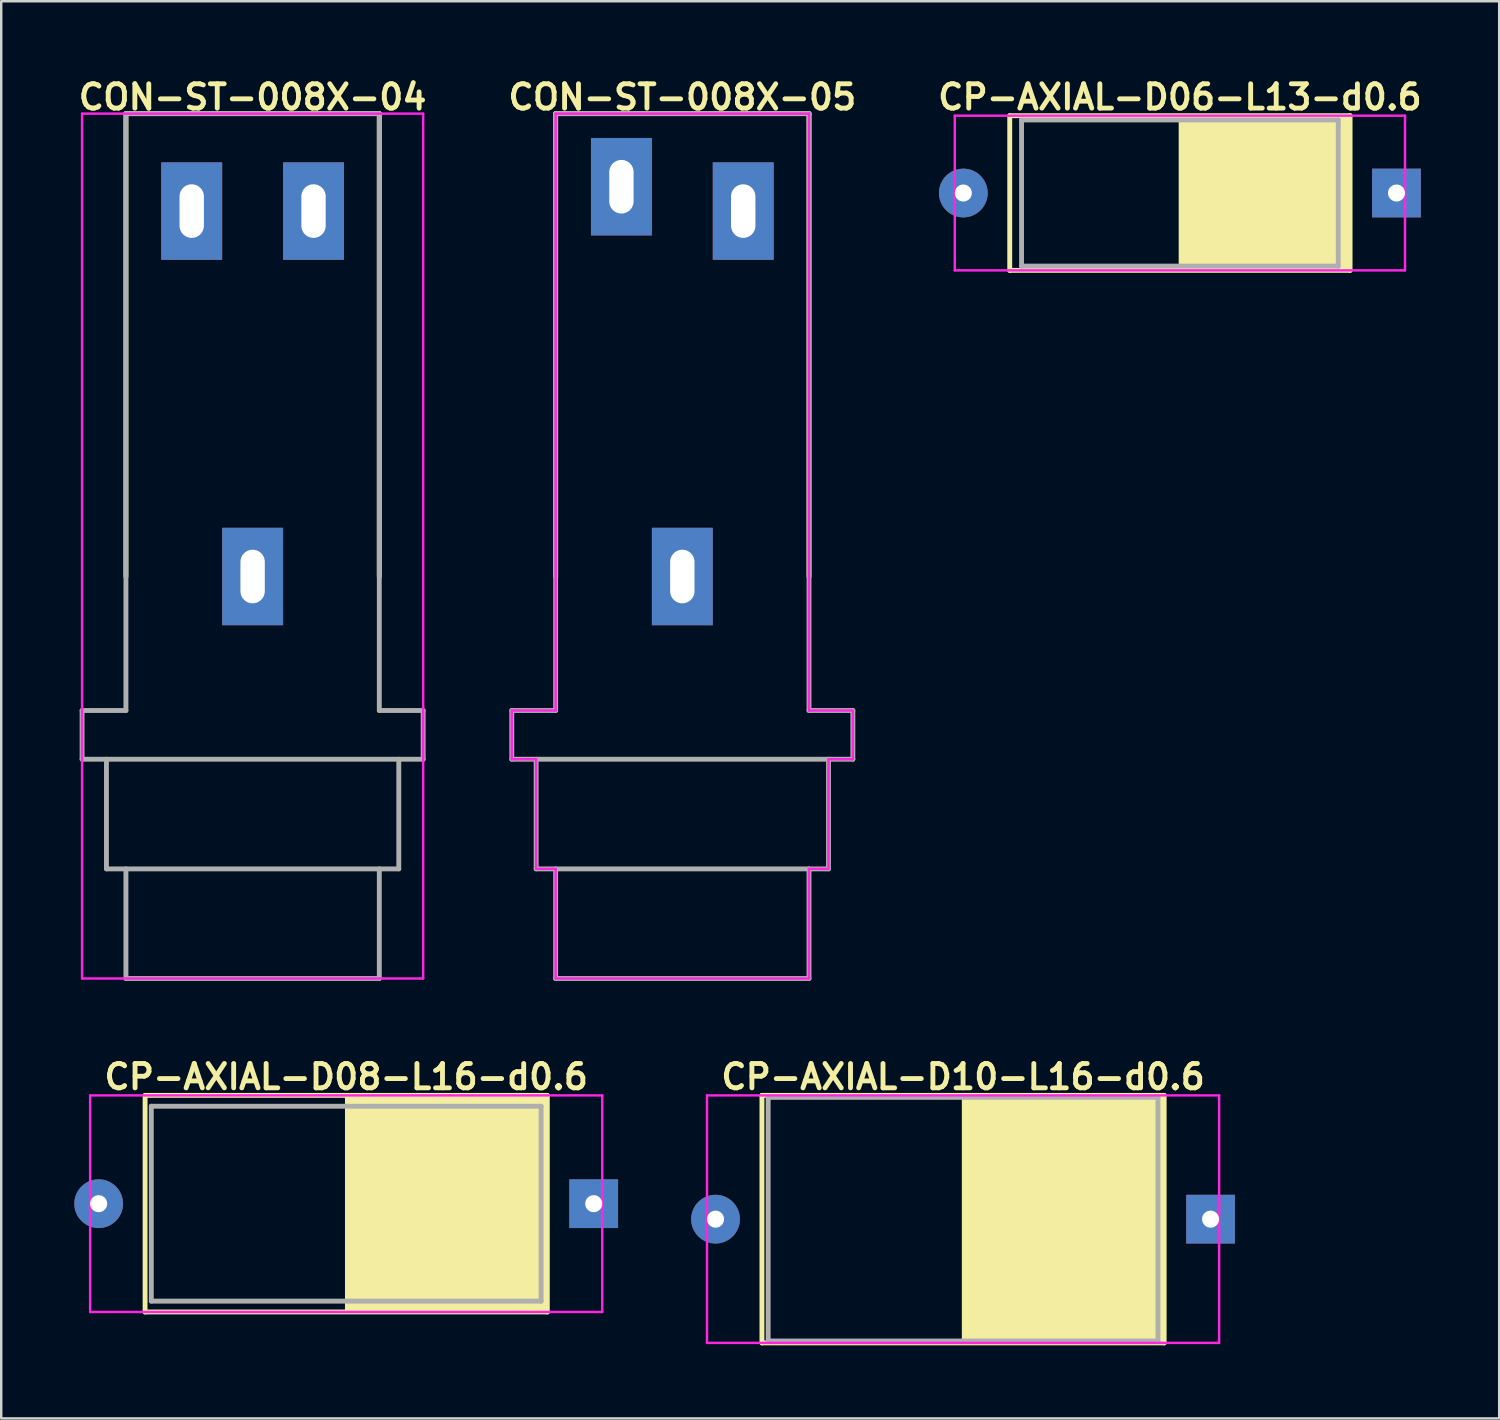
<source format=kicad_pcb>
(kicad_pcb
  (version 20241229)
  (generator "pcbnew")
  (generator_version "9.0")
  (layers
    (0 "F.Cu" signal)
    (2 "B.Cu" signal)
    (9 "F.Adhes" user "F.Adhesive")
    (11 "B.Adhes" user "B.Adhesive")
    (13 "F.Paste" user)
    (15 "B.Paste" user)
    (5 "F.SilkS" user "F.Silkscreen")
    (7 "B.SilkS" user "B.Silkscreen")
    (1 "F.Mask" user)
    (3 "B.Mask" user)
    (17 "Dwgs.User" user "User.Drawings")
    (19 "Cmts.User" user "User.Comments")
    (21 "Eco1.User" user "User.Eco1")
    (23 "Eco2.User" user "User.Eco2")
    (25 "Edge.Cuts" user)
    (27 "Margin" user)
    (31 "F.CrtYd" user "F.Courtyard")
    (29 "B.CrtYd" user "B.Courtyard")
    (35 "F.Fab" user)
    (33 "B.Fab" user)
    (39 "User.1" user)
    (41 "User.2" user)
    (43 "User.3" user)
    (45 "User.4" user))
  (footprint "CP-AXIAL-D08-L16-d0.6"
    (layer "F.Cu")
    (at 11.16 46.357)
    (property "Reference" "CP-AXIAL-D08-L16-d0.6" (at 0 -5.207 0) (layer "F.SilkS") (effects (font (size 1 1) (thickness 0.2))))
    (attr through_hole)
    (fp_line (start -8.255 -4.445) (end -8.255 4.445) (stroke (width 0.2) (type solid)) (layer "F.SilkS"))
    (fp_line (start -8.255 -4.445) (end 8.255 -4.445) (stroke (width 0.2) (type solid)) (layer "F.SilkS"))
    (fp_line (start -8.255 4.445) (end 8.255 4.445) (stroke (width 0.2) (type solid)) (layer "F.SilkS"))
    (fp_line (start 8.255 -4.445) (end 8.255 4.445) (stroke (width 0.2) (type solid)) (layer "F.SilkS"))
    (fp_poly (pts (xy 0 -4.445) (xy 8.255 -4.445) (xy 8.255 4.445) (xy 0 4.445)) (stroke (width 0.1) (type solid)) (fill yes) (layer "F.SilkS"))
    (fp_line (start -10.51 -4.445) (end -10.51 4.445) (stroke (width 0.1) (type solid)) (layer "F.CrtYd"))
    (fp_line (start -10.51 -4.445) (end 10.51 -4.445) (stroke (width 0.1) (type solid)) (layer "F.CrtYd"))
    (fp_line (start -10.51 4.445) (end 10.51 4.445) (stroke (width 0.1) (type solid)) (layer "F.CrtYd"))
    (fp_line (start 10.51 -4.445) (end 10.51 4.445) (stroke (width 0.1) (type solid)) (layer "F.CrtYd"))
    (fp_line (start -8 -4) (end -8 4) (stroke (width 0.2) (type solid)) (layer "F.Fab"))
    (fp_line (start -8 -4) (end 8 -4) (stroke (width 0.2) (type solid)) (layer "F.Fab"))
    (fp_line (start -8 4) (end 8 4) (stroke (width 0.2) (type solid)) (layer "F.Fab"))
    (fp_line (start 8 -4) (end 8 4) (stroke (width 0.2) (type solid)) (layer "F.Fab"))
    (pad "+" thru_hole circle (at -10.16 0) (size 2 2) (drill 0.7) (layers "*.Cu" "*.Mask"))
    (pad "-" thru_hole rect (at 10.16 0) (size 2 2) (drill 0.7) (layers "*.Cu" "*.Mask")))
  (footprint "CP-AXIAL-D10-L16-d0.6"
    (layer "F.Cu")
    (at 36.48 46.992)
    (property "Reference" "CP-AXIAL-D10-L16-d0.6" (at 0 -5.842 0) (layer "F.SilkS") (effects (font (size 1 1) (thickness 0.2))))
    (attr through_hole)
    (fp_line (start -8.255 -5.08) (end -8.255 5.08) (stroke (width 0.2) (type solid)) (layer "F.SilkS"))
    (fp_line (start -8.255 -5.08) (end 8.255 -5.08) (stroke (width 0.2) (type solid)) (layer "F.SilkS"))
    (fp_line (start -8.255 5.08) (end 8.255 5.08) (stroke (width 0.2) (type solid)) (layer "F.SilkS"))
    (fp_line (start 8.255 -5.08) (end 8.255 5.08) (stroke (width 0.2) (type solid)) (layer "F.SilkS"))
    (fp_poly (pts (xy 0 -5.08) (xy 8.255 -5.08) (xy 8.255 5.08) (xy 0 5.08)) (stroke (width 0.1) (type solid)) (fill yes) (layer "F.SilkS"))
    (fp_line (start -10.51 -5.08) (end -10.51 5.08) (stroke (width 0.1) (type solid)) (layer "F.CrtYd"))
    (fp_line (start -10.51 -5.08) (end 10.51 -5.08) (stroke (width 0.1) (type solid)) (layer "F.CrtYd"))
    (fp_line (start -10.51 5.08) (end 10.51 5.08) (stroke (width 0.1) (type solid)) (layer "F.CrtYd"))
    (fp_line (start 10.51 -5.08) (end 10.51 5.08) (stroke (width 0.1) (type solid)) (layer "F.CrtYd"))
    (fp_line (start -8 -5) (end -8 5) (stroke (width 0.2) (type solid)) (layer "F.Fab"))
    (fp_line (start -8 -5) (end 8 -5) (stroke (width 0.2) (type solid)) (layer "F.Fab"))
    (fp_line (start -8 5) (end 8 5) (stroke (width 0.2) (type solid)) (layer "F.Fab"))
    (fp_line (start 8 -5) (end 8 5) (stroke (width 0.2) (type solid)) (layer "F.Fab"))
    (pad "+" thru_hole circle (at -10.16 0) (size 2 2) (drill 0.7) (layers "*.Cu" "*.Mask"))
    (pad "-" thru_hole rect (at 10.16 0) (size 2 2) (drill 0.7) (layers "*.Cu" "*.Mask")))
  (footprint "CON-ST-008X-05"
    (layer "F.Cu")
    (at 24.957 28.114)
    (property "Reference" "CON-ST-008X-05" (at 0 -27.178 0) (layer "F.SilkS") (effects (font (size 1 1) (thickness 0.2))))
    (attr through_hole)
    (fp_line (start -5.2 -26.5) (end -5.2 -7.5) (stroke (width 0.2) (type solid)) (layer "F.SilkS"))
    (fp_line (start -5.2 -26.5) (end 5.2 -26.5) (stroke (width 0.2) (type solid)) (layer "F.SilkS"))
    (fp_line (start 5.2 -26.5) (end 5.2 -7.5) (stroke (width 0.2) (type solid)) (layer "F.SilkS"))
    (fp_line (start -7 -2) (end -7 0) (stroke (width 0.1) (type solid)) (layer "F.CrtYd"))
    (fp_line (start -7 -2) (end -5.2 -2) (stroke (width 0.1) (type solid)) (layer "F.CrtYd"))
    (fp_line (start -7 0) (end -6 0) (stroke (width 0.1) (type solid)) (layer "F.CrtYd"))
    (fp_line (start -6 0) (end -6 4.5) (stroke (width 0.1) (type solid)) (layer "F.CrtYd"))
    (fp_line (start -6 4.5) (end -5.2 4.5) (stroke (width 0.1) (type solid)) (layer "F.CrtYd"))
    (fp_line (start -5.2 -26.5) (end -5.2 -2) (stroke (width 0.1) (type solid)) (layer "F.CrtYd"))
    (fp_line (start -5.2 -26.5) (end 5.2 -26.5) (stroke (width 0.1) (type solid)) (layer "F.CrtYd"))
    (fp_line (start -5.2 4.5) (end -5.2 9) (stroke (width 0.1) (type solid)) (layer "F.CrtYd"))
    (fp_line (start -5.2 9) (end 5.2 9) (stroke (width 0.1) (type solid)) (layer "F.CrtYd"))
    (fp_line (start 5.2 -26.5) (end 5.2 -2) (stroke (width 0.1) (type solid)) (layer "F.CrtYd"))
    (fp_line (start 5.2 -2) (end 7 -2) (stroke (width 0.1) (type solid)) (layer "F.CrtYd"))
    (fp_line (start 5.2 4.5) (end 5.2 9) (stroke (width 0.1) (type solid)) (layer "F.CrtYd"))
    (fp_line (start 5.2 4.5) (end 6 4.5) (stroke (width 0.1) (type solid)) (layer "F.CrtYd"))
    (fp_line (start 6 0) (end 6 4.5) (stroke (width 0.1) (type solid)) (layer "F.CrtYd"))
    (fp_line (start 6 0) (end 7 0) (stroke (width 0.1) (type solid)) (layer "F.CrtYd"))
    (fp_line (start 7 -2) (end 7 0) (stroke (width 0.1) (type solid)) (layer "F.CrtYd"))
    (fp_line (start -7 -2) (end -7 0) (stroke (width 0.2) (type solid)) (layer "F.Fab"))
    (fp_line (start -7 -2) (end -5.2 -2) (stroke (width 0.2) (type solid)) (layer "F.Fab"))
    (fp_line (start -7 0) (end 7 0) (stroke (width 0.2) (type solid)) (layer "F.Fab"))
    (fp_line (start -6 0) (end -6 4.5) (stroke (width 0.2) (type solid)) (layer "F.Fab"))
    (fp_line (start -6 4.5) (end 6 4.5) (stroke (width 0.2) (type solid)) (layer "F.Fab"))
    (fp_line (start -5.2 -26.5) (end -5.2 -2) (stroke (width 0.2) (type solid)) (layer "F.Fab"))
    (fp_line (start -5.2 -26.5) (end 5.2 -26.5) (stroke (width 0.2) (type solid)) (layer "F.Fab"))
    (fp_line (start -5.2 4.5) (end -5.2 9) (stroke (width 0.2) (type solid)) (layer "F.Fab"))
    (fp_line (start -5.2 9) (end 5.2 9) (stroke (width 0.2) (type solid)) (layer "F.Fab"))
    (fp_line (start 5.2 -26.5) (end 5.2 -2) (stroke (width 0.2) (type solid)) (layer "F.Fab"))
    (fp_line (start 5.2 -2) (end 7 -2) (stroke (width 0.2) (type solid)) (layer "F.Fab"))
    (fp_line (start 5.2 4.5) (end 5.2 9) (stroke (width 0.2) (type solid)) (layer "F.Fab"))
    (fp_line (start 6 0) (end 6 4.5) (stroke (width 0.2) (type solid)) (layer "F.Fab"))
    (fp_line (start 7 -2) (end 7 0) (stroke (width 0.2) (type solid)) (layer "F.Fab"))
    (pad "S" thru_hole rect (at 0 -7.5) (size 2.5 4) (drill oval 1 2.2) (layers "B.Cu" "B.Mask"))
    (pad "T" thru_hole rect (at 2.5 -22.5) (size 2.5 4) (drill oval 1 2.2) (layers "B.Cu" "B.Mask"))
    (pad "TN" thru_hole rect (at -2.5 -23.5) (size 2.5 4) (drill oval 1 2.2) (layers "B.Cu" "B.Mask")))
  (footprint "CON-ST-008X-04"
    (layer "F.Cu")
    (at 7.319 28.114)
    (property "Reference" "CON-ST-008X-04" (at 0 -27.178 0) (layer "F.SilkS") (effects (font (size 1 1) (thickness 0.2))))
    (attr through_hole)
    (fp_line (start -5.2 -26.5) (end -5.2 -7.5) (stroke (width 0.2) (type solid)) (layer "F.SilkS"))
    (fp_line (start -5.2 -26.5) (end 5.2 -26.5) (stroke (width 0.2) (type solid)) (layer "F.SilkS"))
    (fp_line (start 5.2 -26.5) (end 5.2 -7.5) (stroke (width 0.2) (type solid)) (layer "F.SilkS"))
    (fp_line (start -7 -26.5) (end -7 9) (stroke (width 0.1) (type solid)) (layer "F.CrtYd"))
    (fp_line (start -7 -26.5) (end 7 -26.5) (stroke (width 0.1) (type solid)) (layer "F.CrtYd"))
    (fp_line (start -7 9) (end 7 9) (stroke (width 0.1) (type solid)) (layer "F.CrtYd"))
    (fp_line (start 7 -26.5) (end 7 9) (stroke (width 0.1) (type solid)) (layer "F.CrtYd"))
    (fp_line (start -7 -2) (end -7 0) (stroke (width 0.2) (type solid)) (layer "F.Fab"))
    (fp_line (start -7 -2) (end -5.2 -2) (stroke (width 0.2) (type solid)) (layer "F.Fab"))
    (fp_line (start -7 0) (end 7 0) (stroke (width 0.2) (type solid)) (layer "F.Fab"))
    (fp_line (start -6 0) (end -6 4.5) (stroke (width 0.2) (type solid)) (layer "F.Fab"))
    (fp_line (start -6 4.5) (end 6 4.5) (stroke (width 0.2) (type solid)) (layer "F.Fab"))
    (fp_line (start -5.2 -26.5) (end -5.2 -2) (stroke (width 0.2) (type solid)) (layer "F.Fab"))
    (fp_line (start -5.2 -26.5) (end 5.2 -26.5) (stroke (width 0.2) (type solid)) (layer "F.Fab"))
    (fp_line (start -5.2 4.5) (end -5.2 9) (stroke (width 0.2) (type solid)) (layer "F.Fab"))
    (fp_line (start -5.2 9) (end 5.2 9) (stroke (width 0.2) (type solid)) (layer "F.Fab"))
    (fp_line (start 5.2 -26.5) (end 5.2 -2) (stroke (width 0.2) (type solid)) (layer "F.Fab"))
    (fp_line (start 5.2 -2) (end 7 -2) (stroke (width 0.2) (type solid)) (layer "F.Fab"))
    (fp_line (start 5.2 4.5) (end 5.2 9) (stroke (width 0.2) (type solid)) (layer "F.Fab"))
    (fp_line (start 6 0) (end 6 4.5) (stroke (width 0.2) (type solid)) (layer "F.Fab"))
    (fp_line (start 7 -2) (end 7 0) (stroke (width 0.2) (type solid)) (layer "F.Fab"))
    (pad "1" thru_hole rect (at 0 -7.5) (size 2.5 4) (drill oval 1 2.2) (layers "B.Cu" "B.Mask"))
    (pad "2" thru_hole rect (at 2.5 -22.5) (size 2.5 4) (drill oval 1 2.2) (layers "B.Cu" "B.Mask"))
    (pad "3" thru_hole rect (at -2.5 -22.5) (size 2.5 4) (drill oval 1 2.2) (layers "B.Cu" "B.Mask")))
  (footprint "CP-AXIAL-D06-L13-d0.6"
    (layer "F.Cu")
    (at 45.381 4.873)
    (property "Reference" "CP-AXIAL-D06-L13-d0.6" (at 0 -3.937 0) (layer "F.SilkS") (effects (font (size 1 1) (thickness 0.2))))
    (attr through_hole)
    (fp_line (start -6.985 -3.175) (end -6.985 3.175) (stroke (width 0.2) (type solid)) (layer "F.SilkS"))
    (fp_line (start -6.985 -3.175) (end 6.985 -3.175) (stroke (width 0.2) (type solid)) (layer "F.SilkS"))
    (fp_line (start -6.985 3.175) (end 6.985 3.175) (stroke (width 0.2) (type solid)) (layer "F.SilkS"))
    (fp_line (start 6.985 -3.175) (end 6.985 3.175) (stroke (width 0.2) (type solid)) (layer "F.SilkS"))
    (fp_poly (pts (xy 0 -3.175) (xy 6.985 -3.175) (xy 6.985 3.175) (xy 0 3.175)) (stroke (width 0.1) (type solid)) (fill yes) (layer "F.SilkS"))
    (fp_line (start -9.24 -3.175) (end -9.24 3.175) (stroke (width 0.1) (type solid)) (layer "F.CrtYd"))
    (fp_line (start -9.24 -3.175) (end 9.24 -3.175) (stroke (width 0.1) (type solid)) (layer "F.CrtYd"))
    (fp_line (start -9.24 3.175) (end 9.24 3.175) (stroke (width 0.1) (type solid)) (layer "F.CrtYd"))
    (fp_line (start 9.24 -3.175) (end 9.24 3.175) (stroke (width 0.1) (type solid)) (layer "F.CrtYd"))
    (fp_line (start -6.5 -3) (end -6.5 3) (stroke (width 0.2) (type solid)) (layer "F.Fab"))
    (fp_line (start -6.5 -3) (end 6.5 -3) (stroke (width 0.2) (type solid)) (layer "F.Fab"))
    (fp_line (start -6.5 3) (end 6.5 3) (stroke (width 0.2) (type solid)) (layer "F.Fab"))
    (fp_line (start 6.5 -3) (end 6.5 3) (stroke (width 0.2) (type solid)) (layer "F.Fab"))
    (pad "+" thru_hole circle (at -8.89 0) (size 2 2) (drill 0.7) (layers "*.Cu" "*.Mask"))
    (pad "-" thru_hole rect (at 8.89 0) (size 2 2) (drill 0.7) (layers "*.Cu" "*.Mask")))
  (gr_rect
    (start -3 -3)
    (end 58.486 55.172)
    (stroke (width 0.1) (type default))
    (fill no)
    (layer "Edge.Cuts")))
</source>
